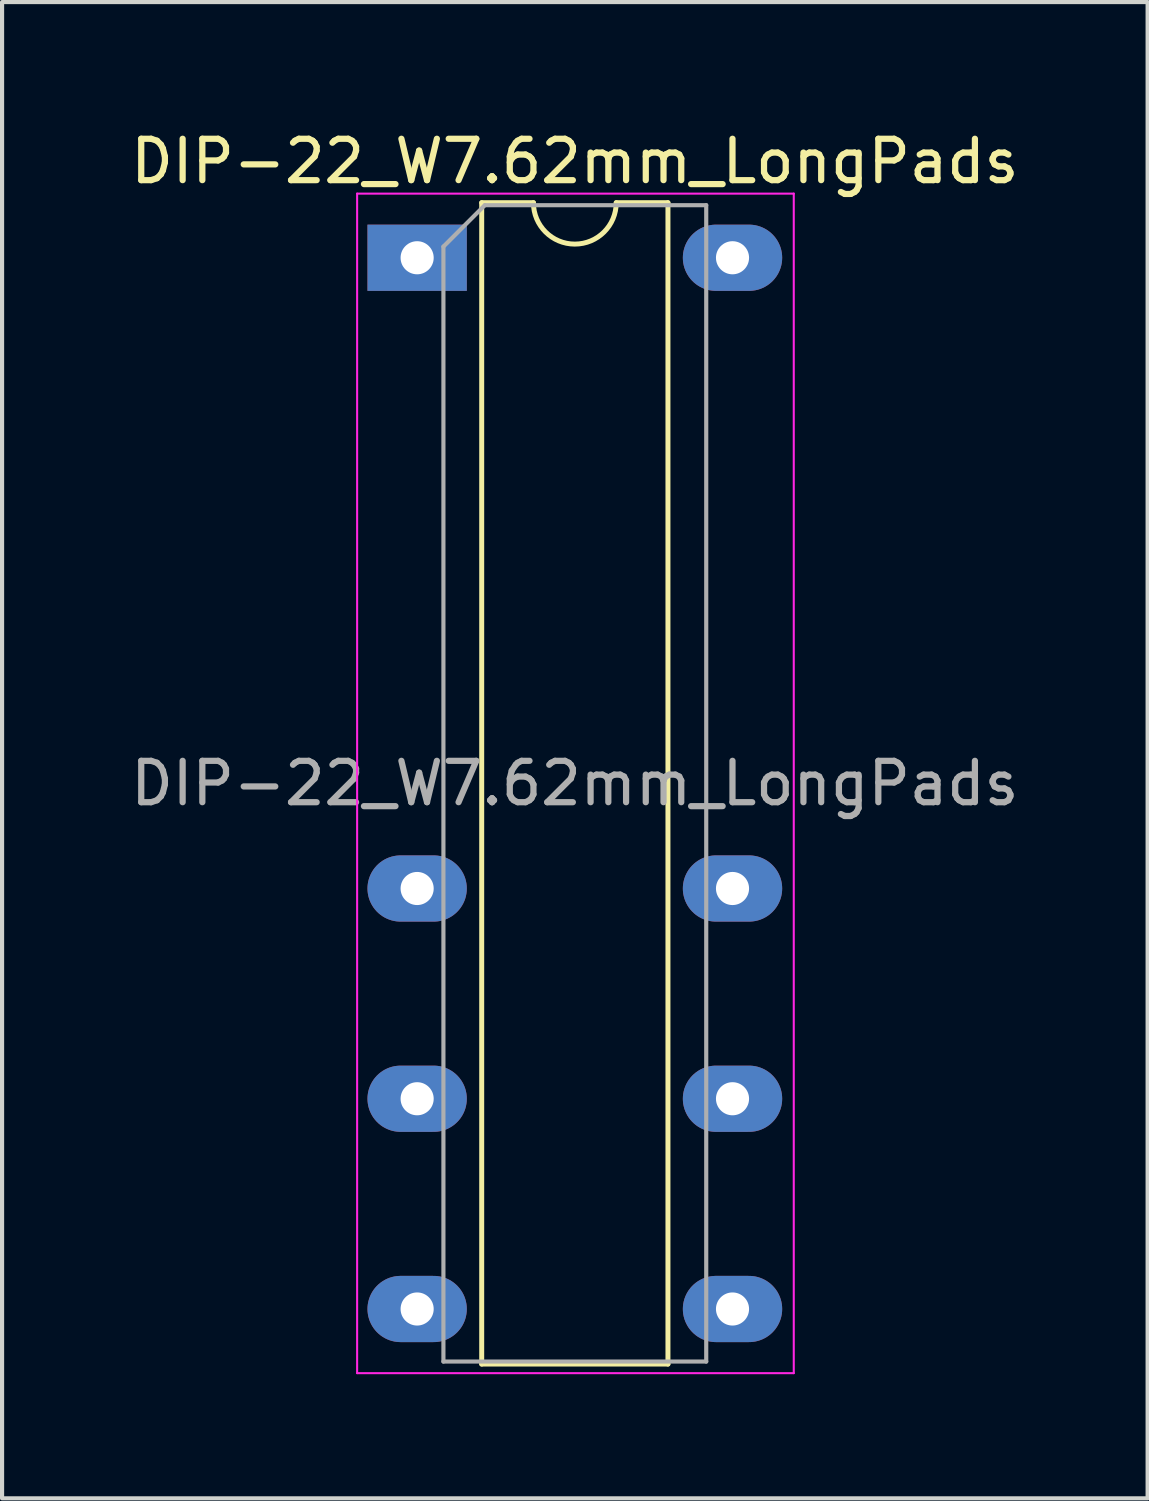
<source format=kicad_pcb>
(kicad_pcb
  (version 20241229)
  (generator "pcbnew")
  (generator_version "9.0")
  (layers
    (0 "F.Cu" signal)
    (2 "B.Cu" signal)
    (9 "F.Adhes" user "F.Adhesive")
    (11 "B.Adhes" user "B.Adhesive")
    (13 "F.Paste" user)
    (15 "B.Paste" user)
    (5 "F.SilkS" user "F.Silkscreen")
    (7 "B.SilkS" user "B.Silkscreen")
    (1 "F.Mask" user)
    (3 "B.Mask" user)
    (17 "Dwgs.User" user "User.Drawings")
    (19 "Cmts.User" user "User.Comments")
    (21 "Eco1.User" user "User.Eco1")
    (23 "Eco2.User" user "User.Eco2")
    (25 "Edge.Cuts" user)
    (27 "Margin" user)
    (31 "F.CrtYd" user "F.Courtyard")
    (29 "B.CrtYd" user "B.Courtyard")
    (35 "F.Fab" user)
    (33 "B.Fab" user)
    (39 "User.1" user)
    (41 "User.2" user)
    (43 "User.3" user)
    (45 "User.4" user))
  (footprint "DIP-22_W7.62mm_LongPads"
    (layer "F.Cu")
    (at 7.029 3.178)
    (property "Reference" "DIP-22_W7.62mm_LongPads" (at 3.81 -2.33 0) (layer "F.SilkS") (effects (font (size 1 1) (thickness 0.15))))
    (attr through_hole)
    (fp_line (start 1.56 -1.33) (end 1.56 26.73) (stroke (width 0.12) (type solid)) (layer "F.SilkS"))
    (fp_line (start 1.56 26.73) (end 6.06 26.73) (stroke (width 0.12) (type solid)) (layer "F.SilkS"))
    (fp_line (start 2.81 -1.33) (end 1.56 -1.33) (stroke (width 0.12) (type solid)) (layer "F.SilkS"))
    (fp_line (start 6.06 -1.33) (end 4.81 -1.33) (stroke (width 0.12) (type solid)) (layer "F.SilkS"))
    (fp_line (start 6.06 26.73) (end 6.06 -1.33) (stroke (width 0.12) (type solid)) (layer "F.SilkS"))
    (fp_arc (start 4.81 -1.33) (mid 3.81 -0.33) (end 2.81 -1.33) (stroke (width 0.12) (type solid)) (layer "F.SilkS"))
    (fp_line (start -1.45 -1.55) (end -1.45 26.95) (stroke (width 0.05) (type solid)) (layer "F.CrtYd"))
    (fp_line (start -1.45 26.95) (end 9.1 26.95) (stroke (width 0.05) (type solid)) (layer "F.CrtYd"))
    (fp_line (start 9.1 -1.55) (end -1.45 -1.55) (stroke (width 0.05) (type solid)) (layer "F.CrtYd"))
    (fp_line (start 9.1 26.95) (end 9.1 -1.55) (stroke (width 0.05) (type solid)) (layer "F.CrtYd"))
    (fp_line (start 0.635 -0.27) (end 1.635 -1.27) (stroke (width 0.1) (type solid)) (layer "F.Fab"))
    (fp_line (start 0.635 26.67) (end 0.635 -0.27) (stroke (width 0.1) (type solid)) (layer "F.Fab"))
    (fp_line (start 1.635 -1.27) (end 6.985 -1.27) (stroke (width 0.1) (type solid)) (layer "F.Fab"))
    (fp_line (start 6.985 -1.27) (end 6.985 26.67) (stroke (width 0.1) (type solid)) (layer "F.Fab"))
    (fp_line (start 6.985 26.67) (end 0.635 26.67) (stroke (width 0.1) (type solid)) (layer "F.Fab"))
    (fp_text user "${REFERENCE}" (at 3.81 12.7 0) (layer "F.Fab") (effects (font (size 1 1) (thickness 0.15))))
    (pad "1" thru_hole rect (at 0 0) (size 2.4 1.6) (drill 0.8) (layers "*.Cu" "*.Mask"))
    (pad "7" thru_hole oval (at 0 15.24) (size 2.4 1.6) (drill 0.8) (layers "*.Cu" "*.Mask"))
    (pad "9" thru_hole oval (at 0 20.32) (size 2.4 1.6) (drill 0.8) (layers "*.Cu" "*.Mask"))
    (pad "11" thru_hole oval (at 0 25.4) (size 2.4 1.6) (drill 0.8) (layers "*.Cu" "*.Mask"))
    (pad "12" thru_hole oval (at 7.62 25.4) (size 2.4 1.6) (drill 0.8) (layers "*.Cu" "*.Mask"))
    (pad "14" thru_hole oval (at 7.62 20.32) (size 2.4 1.6) (drill 0.8) (layers "*.Cu" "*.Mask"))
    (pad "16" thru_hole oval (at 7.62 15.24) (size 2.4 1.6) (drill 0.8) (layers "*.Cu" "*.Mask"))
    (pad "22" thru_hole oval (at 7.62 0) (size 2.4 1.6) (drill 0.8) (layers "*.Cu" "*.Mask")))
  (gr_rect
    (start -3 -3)
    (end 24.679 33.153)
    (stroke (width 0.1) (type default))
    (fill no)
    (layer "Edge.Cuts")))
</source>
